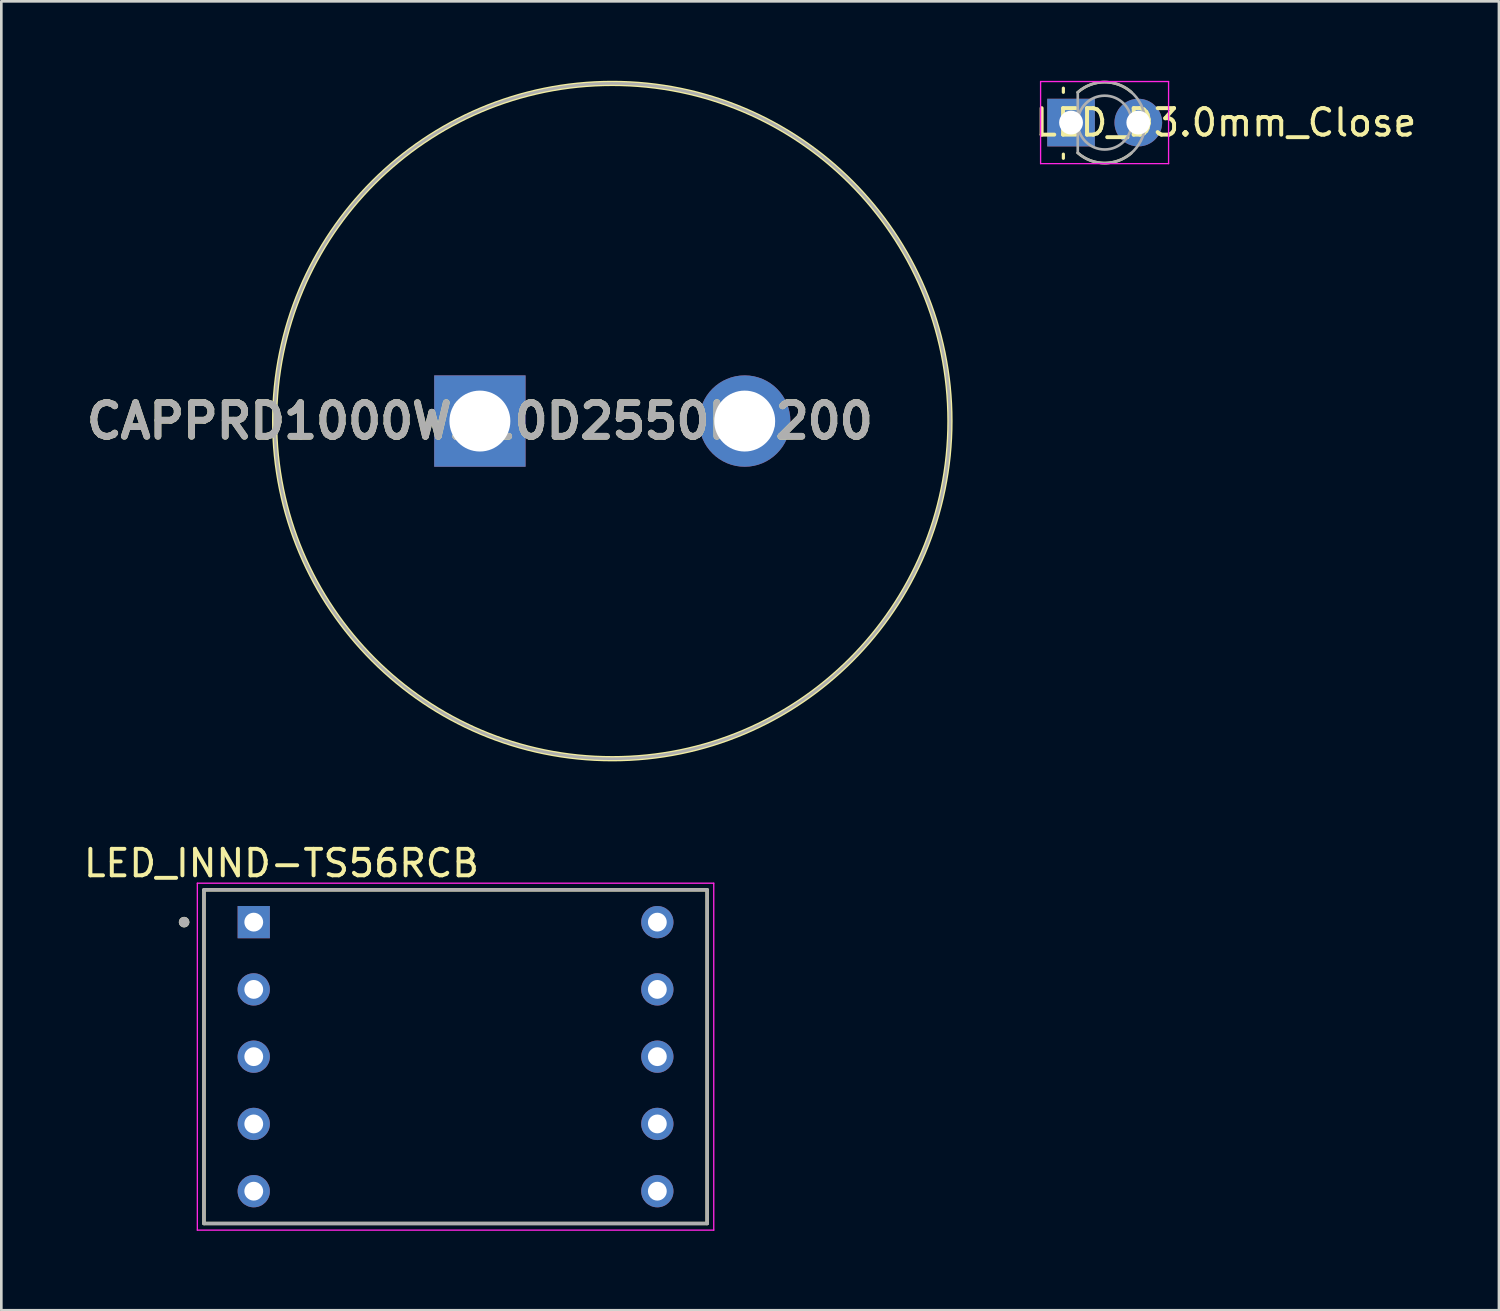
<source format=kicad_pcb>
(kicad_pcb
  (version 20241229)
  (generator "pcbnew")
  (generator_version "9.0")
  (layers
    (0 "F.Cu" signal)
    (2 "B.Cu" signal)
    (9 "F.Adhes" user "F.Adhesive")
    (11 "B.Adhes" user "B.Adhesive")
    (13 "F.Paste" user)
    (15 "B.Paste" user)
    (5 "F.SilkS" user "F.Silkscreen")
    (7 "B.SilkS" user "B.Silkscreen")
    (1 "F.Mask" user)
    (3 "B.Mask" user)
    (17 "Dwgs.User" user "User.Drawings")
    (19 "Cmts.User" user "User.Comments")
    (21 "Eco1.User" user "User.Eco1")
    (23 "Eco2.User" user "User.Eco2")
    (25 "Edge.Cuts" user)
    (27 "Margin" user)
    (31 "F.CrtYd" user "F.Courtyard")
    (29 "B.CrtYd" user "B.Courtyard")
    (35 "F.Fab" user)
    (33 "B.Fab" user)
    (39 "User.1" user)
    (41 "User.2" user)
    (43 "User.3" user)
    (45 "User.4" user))
  (footprint "CAPPRD1000W210D2550H4200"
    (layer "F.Cu")
    (at 15.071 12.85)
    (property "Reference" "CAPPRD1000W210D2550H4200" (at 0 0 0) (layer "F.SilkS") (effects (font (size 1.27 1.27) (thickness 0.254))))
    (attr through_hole)
    (fp_circle (center 5 0) (end 5 12.75) (stroke (width 0.2) (type solid)) (fill no) (layer "F.SilkS"))
    (fp_circle (center 5 0) (end 5 12.75) (stroke (width 0.1) (type solid)) (fill no) (layer "F.Fab"))
    (fp_text user "${REFERENCE}" (at 0 0 0) (layer "F.Fab") (effects (font (size 1.27 1.27) (thickness 0.254))))
    (pad "1" thru_hole rect (at 0 0) (size 3.45 3.45) (drill 2.3) (layers "*.Cu" "*.Mask"))
    (pad "2" thru_hole circle (at 10 0) (size 3.45 3.45) (drill 2.3) (layers "*.Cu" "*.Mask")))
  (footprint "LED_INND-TS56RCB"
    (layer "F.Cu")
    (at 14.152 36.851)
    (property "Reference" "LED_INND-TS56RCB" (at -6.575 -7.303 0) (layer "F.SilkS") (effects (font (size 1 1) (thickness 0.15))))
    (attr through_hole)
    (fp_line (start -9.5 -6.3) (end -9.5 6.3) (stroke (width 0.127) (type solid)) (layer "F.SilkS"))
    (fp_line (start -9.5 6.3) (end 9.5 6.3) (stroke (width 0.127) (type solid)) (layer "F.SilkS"))
    (fp_line (start 9.5 -6.3) (end -9.5 -6.3) (stroke (width 0.127) (type solid)) (layer "F.SilkS"))
    (fp_line (start 9.5 6.3) (end 9.5 -6.3) (stroke (width 0.127) (type solid)) (layer "F.SilkS"))
    (fp_circle (center -10.25 -5.08) (end -10.15 -5.08) (stroke (width 0.2) (type solid)) (fill no) (layer "F.SilkS"))
    (fp_line (start -9.75 -6.55) (end -9.75 6.55) (stroke (width 0.05) (type solid)) (layer "F.CrtYd"))
    (fp_line (start -9.75 6.55) (end 9.75 6.55) (stroke (width 0.05) (type solid)) (layer "F.CrtYd"))
    (fp_line (start 9.75 -6.55) (end -9.75 -6.55) (stroke (width 0.05) (type solid)) (layer "F.CrtYd"))
    (fp_line (start 9.75 6.55) (end 9.75 -6.55) (stroke (width 0.05) (type solid)) (layer "F.CrtYd"))
    (fp_line (start -9.5 -6.3) (end -9.5 6.3) (stroke (width 0.127) (type solid)) (layer "F.Fab"))
    (fp_line (start -9.5 6.3) (end 9.5 6.3) (stroke (width 0.127) (type solid)) (layer "F.Fab"))
    (fp_line (start 9.5 -6.3) (end -9.5 -6.3) (stroke (width 0.127) (type solid)) (layer "F.Fab"))
    (fp_line (start 9.5 6.3) (end 9.5 -6.3) (stroke (width 0.127) (type solid)) (layer "F.Fab"))
    (fp_circle (center -10.25 -5.08) (end -10.15 -5.08) (stroke (width 0.2) (type solid)) (fill no) (layer "F.Fab"))
    (pad "1" thru_hole rect (at -7.62 -5.08) (size 1.218 1.218) (drill 0.71) (layers "*.Cu" "*.Mask"))
    (pad "2" thru_hole circle (at -7.62 -2.54) (size 1.218 1.218) (drill 0.71) (layers "*.Cu" "*.Mask"))
    (pad "3" thru_hole circle (at -7.62 0) (size 1.218 1.218) (drill 0.71) (layers "*.Cu" "*.Mask"))
    (pad "4" thru_hole circle (at -7.62 2.54) (size 1.218 1.218) (drill 0.71) (layers "*.Cu" "*.Mask"))
    (pad "5" thru_hole circle (at -7.62 5.08) (size 1.218 1.218) (drill 0.71) (layers "*.Cu" "*.Mask"))
    (pad "6" thru_hole circle (at 7.62 5.08) (size 1.218 1.218) (drill 0.71) (layers "*.Cu" "*.Mask"))
    (pad "7" thru_hole circle (at 7.62 2.54) (size 1.218 1.218) (drill 0.71) (layers "*.Cu" "*.Mask"))
    (pad "8" thru_hole circle (at 7.62 0) (size 1.218 1.218) (drill 0.71) (layers "*.Cu" "*.Mask"))
    (pad "9" thru_hole circle (at 7.62 -2.54) (size 1.218 1.218) (drill 0.71) (layers "*.Cu" "*.Mask"))
    (pad "10" thru_hole circle (at 7.62 -5.08) (size 1.218 1.218) (drill 0.71) (layers "*.Cu" "*.Mask")))
  (footprint "LED_D3.0mm_Close"
    (layer "F.Cu")
    (at 37.394 1.579)
    (property "Reference" "LED_D3.0mm_Close" (at 5.842 0 0) (layer "F.SilkS") (effects (font (size 1 1) (thickness 0.15))))
    (attr through_hole)
    (fp_line (start -0.29 -1.299) (end -0.29 -1.143) (stroke (width 0.12) (type solid)) (layer "F.SilkS"))
    (fp_line (start -0.29 1.192) (end -0.29 1.348) (stroke (width 0.12) (type solid)) (layer "F.SilkS"))
    (fp_arc (start 0.254 -1.143) (mid 1.264026 -1.529271) (end 2.277039 -1.150902) (stroke (width 0.1) (type default)) (layer "F.SilkS"))
    (fp_arc (start 2.277039 1.150902) (mid 1.264026 1.52927) (end 0.254 1.143) (stroke (width 0.1) (type default)) (layer "F.SilkS"))
    (fp_line (start -1.15 -1.55) (end -1.15 1.55) (stroke (width 0.05) (type solid)) (layer "F.CrtYd"))
    (fp_line (start -1.15 1.55) (end 3.683 1.55) (stroke (width 0.05) (type solid)) (layer "F.CrtYd"))
    (fp_line (start 3.683 -1.55) (end -1.15 -1.55) (stroke (width 0.05) (type solid)) (layer "F.CrtYd"))
    (fp_line (start 3.683 1.55) (end 3.683 -1.55) (stroke (width 0.05) (type solid)) (layer "F.CrtYd"))
    (fp_line (start 0.254 -1.143) (end 0.254 1.143) (stroke (width 0.1) (type default)) (layer "F.Fab"))
    (fp_arc (start 0.254 -1.143) (mid 2.799283 0) (end 0.254 1.143) (stroke (width 0.1) (type default)) (layer "F.Fab"))
    (fp_circle (center 1.27 0) (end 1.27 1.016) (stroke (width 0.1) (type default)) (fill no) (layer "F.Fab"))
    (pad "1" thru_hole rect (at 0 0) (size 1.8 1.8) (drill 0.9) (layers "*.Cu" "*.Mask"))
    (pad "2" thru_hole circle (at 2.54 0) (size 1.8 1.8) (drill 0.9) (layers "*.Cu" "*.Mask")))
  (gr_rect
    (start -3 -3)
    (end 53.552 46.426)
    (stroke (width 0.1) (type default))
    (fill no)
    (layer "Edge.Cuts")))
</source>
